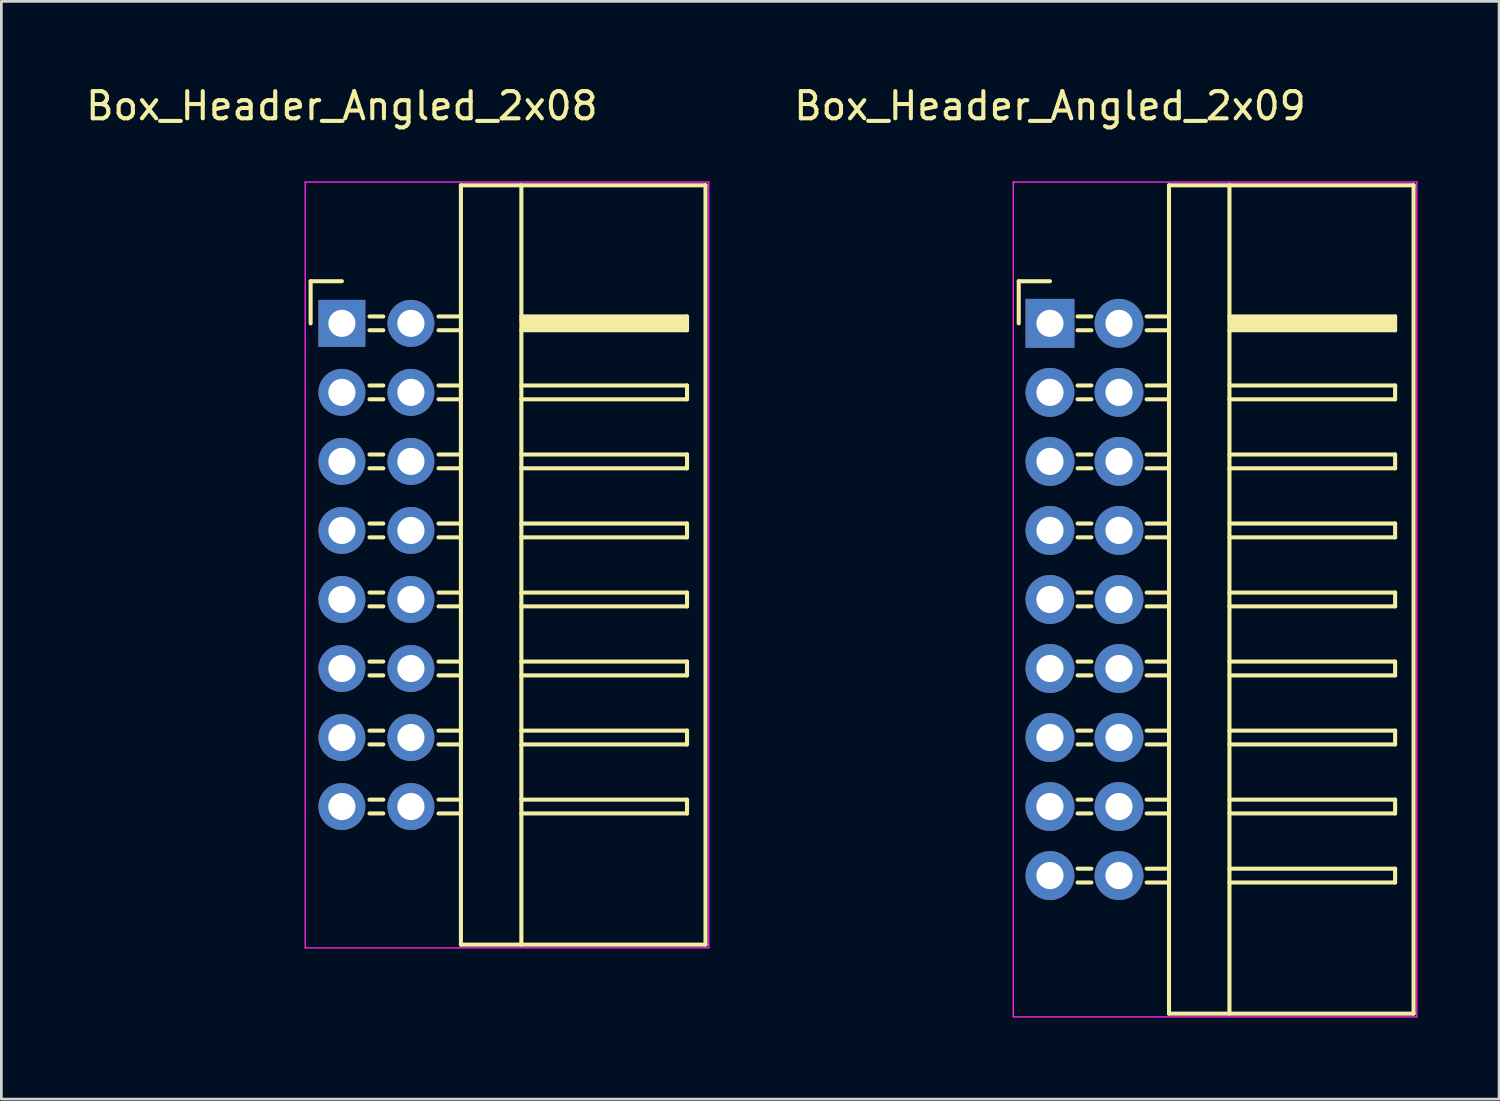
<source format=kicad_pcb>
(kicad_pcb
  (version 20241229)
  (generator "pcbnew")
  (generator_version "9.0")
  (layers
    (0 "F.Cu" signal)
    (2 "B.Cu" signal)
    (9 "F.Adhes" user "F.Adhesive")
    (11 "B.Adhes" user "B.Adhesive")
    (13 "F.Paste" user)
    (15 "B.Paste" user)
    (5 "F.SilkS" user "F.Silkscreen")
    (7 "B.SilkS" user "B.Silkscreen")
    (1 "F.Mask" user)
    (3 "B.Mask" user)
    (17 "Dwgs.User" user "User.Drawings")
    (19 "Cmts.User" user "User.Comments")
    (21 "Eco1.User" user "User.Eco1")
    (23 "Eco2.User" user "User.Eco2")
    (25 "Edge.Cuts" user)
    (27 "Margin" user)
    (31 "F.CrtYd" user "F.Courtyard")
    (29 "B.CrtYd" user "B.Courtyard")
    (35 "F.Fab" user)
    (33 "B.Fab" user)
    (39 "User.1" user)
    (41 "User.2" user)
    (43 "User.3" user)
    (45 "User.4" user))
  (footprint "Box_Header_Angled_2x08"
    (layer "F.Cu")
    (at 9.53 8.848)
    (property "Reference" "Box_Header_Angled_2x08" (at 0 -8 0) (layer "F.SilkS") (effects (font (size 1 1) (thickness 0.15))))
    (attr through_hole)
    (fp_line (start -1.15 -1.55) (end -1.15 0) (stroke (width 0.15) (type solid)) (layer "F.SilkS"))
    (fp_line (start 0 -1.55) (end -1.15 -1.55) (stroke (width 0.15) (type solid)) (layer "F.SilkS"))
    (fp_line (start 1.524 -0.254) (end 1.016 -0.254) (stroke (width 0.15) (type solid)) (layer "F.SilkS"))
    (fp_line (start 1.524 0.254) (end 1.016 0.254) (stroke (width 0.15) (type solid)) (layer "F.SilkS"))
    (fp_line (start 1.524 2.286) (end 1.016 2.286) (stroke (width 0.15) (type solid)) (layer "F.SilkS"))
    (fp_line (start 1.524 2.794) (end 1.016 2.794) (stroke (width 0.15) (type solid)) (layer "F.SilkS"))
    (fp_line (start 1.524 4.826) (end 1.016 4.826) (stroke (width 0.15) (type solid)) (layer "F.SilkS"))
    (fp_line (start 1.524 5.334) (end 1.016 5.334) (stroke (width 0.15) (type solid)) (layer "F.SilkS"))
    (fp_line (start 1.524 7.366) (end 1.016 7.366) (stroke (width 0.15) (type solid)) (layer "F.SilkS"))
    (fp_line (start 1.524 7.874) (end 1.016 7.874) (stroke (width 0.15) (type solid)) (layer "F.SilkS"))
    (fp_line (start 1.524 9.906) (end 1.016 9.906) (stroke (width 0.15) (type solid)) (layer "F.SilkS"))
    (fp_line (start 1.524 10.414) (end 1.016 10.414) (stroke (width 0.15) (type solid)) (layer "F.SilkS"))
    (fp_line (start 1.524 12.446) (end 1.016 12.446) (stroke (width 0.15) (type solid)) (layer "F.SilkS"))
    (fp_line (start 1.524 12.954) (end 1.016 12.954) (stroke (width 0.15) (type solid)) (layer "F.SilkS"))
    (fp_line (start 1.524 14.986) (end 1.016 14.986) (stroke (width 0.15) (type solid)) (layer "F.SilkS"))
    (fp_line (start 1.524 15.494) (end 1.016 15.494) (stroke (width 0.15) (type solid)) (layer "F.SilkS"))
    (fp_line (start 1.524 17.526) (end 1.016 17.526) (stroke (width 0.15) (type solid)) (layer "F.SilkS"))
    (fp_line (start 1.524 18.034) (end 1.016 18.034) (stroke (width 0.15) (type solid)) (layer "F.SilkS"))
    (fp_line (start 4.38 -5.08) (end 4.38 22.86) (stroke (width 0.15) (type solid)) (layer "F.SilkS"))
    (fp_line (start 4.38 -5.08) (end 13.38 -5.08) (stroke (width 0.15) (type solid)) (layer "F.SilkS"))
    (fp_line (start 4.38 -0.254) (end 3.556 -0.254) (stroke (width 0.15) (type solid)) (layer "F.SilkS"))
    (fp_line (start 4.38 0.254) (end 3.556 0.254) (stroke (width 0.15) (type solid)) (layer "F.SilkS"))
    (fp_line (start 4.38 2.286) (end 3.556 2.286) (stroke (width 0.15) (type solid)) (layer "F.SilkS"))
    (fp_line (start 4.38 2.794) (end 3.556 2.794) (stroke (width 0.15) (type solid)) (layer "F.SilkS"))
    (fp_line (start 4.38 4.826) (end 3.556 4.826) (stroke (width 0.15) (type solid)) (layer "F.SilkS"))
    (fp_line (start 4.38 5.334) (end 3.556 5.334) (stroke (width 0.15) (type solid)) (layer "F.SilkS"))
    (fp_line (start 4.38 7.366) (end 3.556 7.366) (stroke (width 0.15) (type solid)) (layer "F.SilkS"))
    (fp_line (start 4.38 7.874) (end 3.556 7.874) (stroke (width 0.15) (type solid)) (layer "F.SilkS"))
    (fp_line (start 4.38 9.906) (end 3.556 9.906) (stroke (width 0.15) (type solid)) (layer "F.SilkS"))
    (fp_line (start 4.38 10.414) (end 3.556 10.414) (stroke (width 0.15) (type solid)) (layer "F.SilkS"))
    (fp_line (start 4.38 12.446) (end 3.556 12.446) (stroke (width 0.15) (type solid)) (layer "F.SilkS"))
    (fp_line (start 4.38 12.954) (end 3.556 12.954) (stroke (width 0.15) (type solid)) (layer "F.SilkS"))
    (fp_line (start 4.38 14.986) (end 3.556 14.986) (stroke (width 0.15) (type solid)) (layer "F.SilkS"))
    (fp_line (start 4.38 15.494) (end 3.556 15.494) (stroke (width 0.15) (type solid)) (layer "F.SilkS"))
    (fp_line (start 4.38 17.526) (end 3.556 17.526) (stroke (width 0.15) (type solid)) (layer "F.SilkS"))
    (fp_line (start 4.38 18.034) (end 3.556 18.034) (stroke (width 0.15) (type solid)) (layer "F.SilkS"))
    (fp_line (start 4.38 22.86) (end 13.38 22.86) (stroke (width 0.15) (type solid)) (layer "F.SilkS"))
    (fp_line (start 6.604 -5.08) (end 6.604 22.86) (stroke (width 0.15) (type solid)) (layer "F.SilkS"))
    (fp_line (start 6.604 -0.254) (end 12.7 -0.254) (stroke (width 0.15) (type solid)) (layer "F.SilkS"))
    (fp_line (start 6.604 -0.127) (end 12.573 -0.127) (stroke (width 0.15) (type solid)) (layer "F.SilkS"))
    (fp_line (start 6.604 2.286) (end 12.7 2.286) (stroke (width 0.15) (type solid)) (layer "F.SilkS"))
    (fp_line (start 6.604 4.826) (end 12.7 4.826) (stroke (width 0.15) (type solid)) (layer "F.SilkS"))
    (fp_line (start 6.604 7.366) (end 12.7 7.366) (stroke (width 0.15) (type solid)) (layer "F.SilkS"))
    (fp_line (start 6.604 9.906) (end 12.7 9.906) (stroke (width 0.15) (type solid)) (layer "F.SilkS"))
    (fp_line (start 6.604 12.446) (end 12.7 12.446) (stroke (width 0.15) (type solid)) (layer "F.SilkS"))
    (fp_line (start 6.604 14.986) (end 12.7 14.986) (stroke (width 0.15) (type solid)) (layer "F.SilkS"))
    (fp_line (start 6.604 17.526) (end 12.7 17.526) (stroke (width 0.15) (type solid)) (layer "F.SilkS"))
    (fp_line (start 6.731 0) (end 12.573 0) (stroke (width 0.15) (type solid)) (layer "F.SilkS"))
    (fp_line (start 6.731 0.127) (end 6.731 0) (stroke (width 0.15) (type solid)) (layer "F.SilkS"))
    (fp_line (start 12.573 -0.127) (end 12.573 0.127) (stroke (width 0.15) (type solid)) (layer "F.SilkS"))
    (fp_line (start 12.573 0.127) (end 6.731 0.127) (stroke (width 0.15) (type solid)) (layer "F.SilkS"))
    (fp_line (start 12.7 -0.254) (end 12.7 0.254) (stroke (width 0.15) (type solid)) (layer "F.SilkS"))
    (fp_line (start 12.7 0.254) (end 6.604 0.254) (stroke (width 0.15) (type solid)) (layer "F.SilkS"))
    (fp_line (start 12.7 2.286) (end 12.7 2.794) (stroke (width 0.15) (type solid)) (layer "F.SilkS"))
    (fp_line (start 12.7 2.794) (end 6.604 2.794) (stroke (width 0.15) (type solid)) (layer "F.SilkS"))
    (fp_line (start 12.7 4.826) (end 12.7 5.334) (stroke (width 0.15) (type solid)) (layer "F.SilkS"))
    (fp_line (start 12.7 5.334) (end 6.604 5.334) (stroke (width 0.15) (type solid)) (layer "F.SilkS"))
    (fp_line (start 12.7 7.366) (end 12.7 7.874) (stroke (width 0.15) (type solid)) (layer "F.SilkS"))
    (fp_line (start 12.7 7.874) (end 6.604 7.874) (stroke (width 0.15) (type solid)) (layer "F.SilkS"))
    (fp_line (start 12.7 9.906) (end 12.7 10.414) (stroke (width 0.15) (type solid)) (layer "F.SilkS"))
    (fp_line (start 12.7 10.414) (end 6.604 10.414) (stroke (width 0.15) (type solid)) (layer "F.SilkS"))
    (fp_line (start 12.7 12.446) (end 12.7 12.954) (stroke (width 0.15) (type solid)) (layer "F.SilkS"))
    (fp_line (start 12.7 12.954) (end 6.604 12.954) (stroke (width 0.15) (type solid)) (layer "F.SilkS"))
    (fp_line (start 12.7 14.986) (end 12.7 15.494) (stroke (width 0.15) (type solid)) (layer "F.SilkS"))
    (fp_line (start 12.7 15.494) (end 6.604 15.494) (stroke (width 0.15) (type solid)) (layer "F.SilkS"))
    (fp_line (start 12.7 17.526) (end 12.7 18.034) (stroke (width 0.15) (type solid)) (layer "F.SilkS"))
    (fp_line (start 12.7 18.034) (end 6.604 18.034) (stroke (width 0.15) (type solid)) (layer "F.SilkS"))
    (fp_line (start 13.38 -5.08) (end 13.38 22.86) (stroke (width 0.15) (type solid)) (layer "F.SilkS"))
    (fp_line (start -1.35 -5.2) (end -1.35 22.98) (stroke (width 0.05) (type solid)) (layer "F.CrtYd"))
    (fp_line (start -1.35 -5.2) (end 13.5 -5.2) (stroke (width 0.05) (type solid)) (layer "F.CrtYd"))
    (fp_line (start -1.35 22.98) (end 13.5 22.98) (stroke (width 0.05) (type solid)) (layer "F.CrtYd"))
    (fp_line (start 13.5 -5.2) (end 13.5 22.98) (stroke (width 0.05) (type solid)) (layer "F.CrtYd"))
    (pad "1" thru_hole rect (at 0 0) (size 1.727 1.727) (drill 1) (layers "*.Cu" "*.Mask"))
    (pad "2" thru_hole oval (at 2.54 0) (size 1.727 1.727) (drill 1) (layers "*.Cu" "*.Mask"))
    (pad "3" thru_hole oval (at 0 2.54) (size 1.727 1.727) (drill 1) (layers "*.Cu" "*.Mask"))
    (pad "4" thru_hole oval (at 2.54 2.54) (size 1.727 1.727) (drill 1) (layers "*.Cu" "*.Mask"))
    (pad "5" thru_hole oval (at 0 5.08) (size 1.727 1.727) (drill 1) (layers "*.Cu" "*.Mask"))
    (pad "6" thru_hole oval (at 2.54 5.08) (size 1.727 1.727) (drill 1) (layers "*.Cu" "*.Mask"))
    (pad "7" thru_hole oval (at 0 7.62) (size 1.727 1.727) (drill 1) (layers "*.Cu" "*.Mask"))
    (pad "8" thru_hole oval (at 2.54 7.62) (size 1.727 1.727) (drill 1) (layers "*.Cu" "*.Mask"))
    (pad "9" thru_hole oval (at 0 10.16) (size 1.727 1.727) (drill 1) (layers "*.Cu" "*.Mask"))
    (pad "10" thru_hole oval (at 2.54 10.16) (size 1.727 1.727) (drill 1) (layers "*.Cu" "*.Mask"))
    (pad "11" thru_hole oval (at 0 12.7) (size 1.727 1.727) (drill 1) (layers "*.Cu" "*.Mask"))
    (pad "12" thru_hole oval (at 2.54 12.7) (size 1.727 1.727) (drill 1) (layers "*.Cu" "*.Mask"))
    (pad "13" thru_hole oval (at 0 15.24) (size 1.727 1.727) (drill 1) (layers "*.Cu" "*.Mask"))
    (pad "14" thru_hole oval (at 2.54 15.24) (size 1.727 1.727) (drill 1) (layers "*.Cu" "*.Mask"))
    (pad "15" thru_hole oval (at 0 17.78) (size 1.727 1.727) (drill 1) (layers "*.Cu" "*.Mask"))
    (pad "16" thru_hole oval (at 2.54 17.78) (size 1.727 1.727) (drill 1) (layers "*.Cu" "*.Mask")))
  (footprint "Box_Header_Angled_2x09"
    (layer "F.Cu")
    (at 35.585 8.848)
    (property "Reference" "Box_Header_Angled_2x09" (at 0 -8 0) (layer "F.SilkS") (effects (font (size 1 1) (thickness 0.15))))
    (attr through_hole)
    (fp_line (start -1.15 -1.55) (end -1.15 0) (stroke (width 0.15) (type solid)) (layer "F.SilkS"))
    (fp_line (start 0 -1.55) (end -1.15 -1.55) (stroke (width 0.15) (type solid)) (layer "F.SilkS"))
    (fp_line (start 1.524 -0.254) (end 1.016 -0.254) (stroke (width 0.15) (type solid)) (layer "F.SilkS"))
    (fp_line (start 1.524 0.254) (end 1.016 0.254) (stroke (width 0.15) (type solid)) (layer "F.SilkS"))
    (fp_line (start 1.524 2.286) (end 1.016 2.286) (stroke (width 0.15) (type solid)) (layer "F.SilkS"))
    (fp_line (start 1.524 2.794) (end 1.016 2.794) (stroke (width 0.15) (type solid)) (layer "F.SilkS"))
    (fp_line (start 1.524 4.826) (end 1.016 4.826) (stroke (width 0.15) (type solid)) (layer "F.SilkS"))
    (fp_line (start 1.524 5.334) (end 1.016 5.334) (stroke (width 0.15) (type solid)) (layer "F.SilkS"))
    (fp_line (start 1.524 7.366) (end 1.016 7.366) (stroke (width 0.15) (type solid)) (layer "F.SilkS"))
    (fp_line (start 1.524 7.874) (end 1.016 7.874) (stroke (width 0.15) (type solid)) (layer "F.SilkS"))
    (fp_line (start 1.524 9.906) (end 1.016 9.906) (stroke (width 0.15) (type solid)) (layer "F.SilkS"))
    (fp_line (start 1.524 10.414) (end 1.016 10.414) (stroke (width 0.15) (type solid)) (layer "F.SilkS"))
    (fp_line (start 1.524 12.446) (end 1.016 12.446) (stroke (width 0.15) (type solid)) (layer "F.SilkS"))
    (fp_line (start 1.524 12.954) (end 1.016 12.954) (stroke (width 0.15) (type solid)) (layer "F.SilkS"))
    (fp_line (start 1.524 14.986) (end 1.016 14.986) (stroke (width 0.15) (type solid)) (layer "F.SilkS"))
    (fp_line (start 1.524 15.494) (end 1.016 15.494) (stroke (width 0.15) (type solid)) (layer "F.SilkS"))
    (fp_line (start 1.524 17.526) (end 1.016 17.526) (stroke (width 0.15) (type solid)) (layer "F.SilkS"))
    (fp_line (start 1.524 18.034) (end 1.016 18.034) (stroke (width 0.15) (type solid)) (layer "F.SilkS"))
    (fp_line (start 1.524 20.066) (end 1.016 20.066) (stroke (width 0.15) (type solid)) (layer "F.SilkS"))
    (fp_line (start 1.524 20.574) (end 1.016 20.574) (stroke (width 0.15) (type solid)) (layer "F.SilkS"))
    (fp_line (start 4.38 -5.08) (end 4.38 25.4) (stroke (width 0.15) (type solid)) (layer "F.SilkS"))
    (fp_line (start 4.38 -5.08) (end 13.38 -5.08) (stroke (width 0.15) (type solid)) (layer "F.SilkS"))
    (fp_line (start 4.38 -0.254) (end 3.556 -0.254) (stroke (width 0.15) (type solid)) (layer "F.SilkS"))
    (fp_line (start 4.38 0.254) (end 3.556 0.254) (stroke (width 0.15) (type solid)) (layer "F.SilkS"))
    (fp_line (start 4.38 2.286) (end 3.556 2.286) (stroke (width 0.15) (type solid)) (layer "F.SilkS"))
    (fp_line (start 4.38 2.794) (end 3.556 2.794) (stroke (width 0.15) (type solid)) (layer "F.SilkS"))
    (fp_line (start 4.38 4.826) (end 3.556 4.826) (stroke (width 0.15) (type solid)) (layer "F.SilkS"))
    (fp_line (start 4.38 5.334) (end 3.556 5.334) (stroke (width 0.15) (type solid)) (layer "F.SilkS"))
    (fp_line (start 4.38 7.366) (end 3.556 7.366) (stroke (width 0.15) (type solid)) (layer "F.SilkS"))
    (fp_line (start 4.38 7.874) (end 3.556 7.874) (stroke (width 0.15) (type solid)) (layer "F.SilkS"))
    (fp_line (start 4.38 9.906) (end 3.556 9.906) (stroke (width 0.15) (type solid)) (layer "F.SilkS"))
    (fp_line (start 4.38 10.414) (end 3.556 10.414) (stroke (width 0.15) (type solid)) (layer "F.SilkS"))
    (fp_line (start 4.38 12.446) (end 3.556 12.446) (stroke (width 0.15) (type solid)) (layer "F.SilkS"))
    (fp_line (start 4.38 12.954) (end 3.556 12.954) (stroke (width 0.15) (type solid)) (layer "F.SilkS"))
    (fp_line (start 4.38 14.986) (end 3.556 14.986) (stroke (width 0.15) (type solid)) (layer "F.SilkS"))
    (fp_line (start 4.38 15.494) (end 3.556 15.494) (stroke (width 0.15) (type solid)) (layer "F.SilkS"))
    (fp_line (start 4.38 17.526) (end 3.556 17.526) (stroke (width 0.15) (type solid)) (layer "F.SilkS"))
    (fp_line (start 4.38 18.034) (end 3.556 18.034) (stroke (width 0.15) (type solid)) (layer "F.SilkS"))
    (fp_line (start 4.38 20.066) (end 3.556 20.066) (stroke (width 0.15) (type solid)) (layer "F.SilkS"))
    (fp_line (start 4.38 20.574) (end 3.556 20.574) (stroke (width 0.15) (type solid)) (layer "F.SilkS"))
    (fp_line (start 4.38 25.4) (end 13.38 25.4) (stroke (width 0.15) (type solid)) (layer "F.SilkS"))
    (fp_line (start 6.604 -5.08) (end 6.604 25.4) (stroke (width 0.15) (type solid)) (layer "F.SilkS"))
    (fp_line (start 6.604 -0.254) (end 12.7 -0.254) (stroke (width 0.15) (type solid)) (layer "F.SilkS"))
    (fp_line (start 6.604 -0.127) (end 12.573 -0.127) (stroke (width 0.15) (type solid)) (layer "F.SilkS"))
    (fp_line (start 6.604 2.286) (end 12.7 2.286) (stroke (width 0.15) (type solid)) (layer "F.SilkS"))
    (fp_line (start 6.604 4.826) (end 12.7 4.826) (stroke (width 0.15) (type solid)) (layer "F.SilkS"))
    (fp_line (start 6.604 7.366) (end 12.7 7.366) (stroke (width 0.15) (type solid)) (layer "F.SilkS"))
    (fp_line (start 6.604 9.906) (end 12.7 9.906) (stroke (width 0.15) (type solid)) (layer "F.SilkS"))
    (fp_line (start 6.604 12.446) (end 12.7 12.446) (stroke (width 0.15) (type solid)) (layer "F.SilkS"))
    (fp_line (start 6.604 14.986) (end 12.7 14.986) (stroke (width 0.15) (type solid)) (layer "F.SilkS"))
    (fp_line (start 6.604 17.526) (end 12.7 17.526) (stroke (width 0.15) (type solid)) (layer "F.SilkS"))
    (fp_line (start 6.604 20.066) (end 12.7 20.066) (stroke (width 0.15) (type solid)) (layer "F.SilkS"))
    (fp_line (start 6.731 0) (end 12.573 0) (stroke (width 0.15) (type solid)) (layer "F.SilkS"))
    (fp_line (start 6.731 0.127) (end 6.731 0) (stroke (width 0.15) (type solid)) (layer "F.SilkS"))
    (fp_line (start 12.573 -0.127) (end 12.573 0.127) (stroke (width 0.15) (type solid)) (layer "F.SilkS"))
    (fp_line (start 12.573 0.127) (end 6.731 0.127) (stroke (width 0.15) (type solid)) (layer "F.SilkS"))
    (fp_line (start 12.7 -0.254) (end 12.7 0.254) (stroke (width 0.15) (type solid)) (layer "F.SilkS"))
    (fp_line (start 12.7 0.254) (end 6.604 0.254) (stroke (width 0.15) (type solid)) (layer "F.SilkS"))
    (fp_line (start 12.7 2.286) (end 12.7 2.794) (stroke (width 0.15) (type solid)) (layer "F.SilkS"))
    (fp_line (start 12.7 2.794) (end 6.604 2.794) (stroke (width 0.15) (type solid)) (layer "F.SilkS"))
    (fp_line (start 12.7 4.826) (end 12.7 5.334) (stroke (width 0.15) (type solid)) (layer "F.SilkS"))
    (fp_line (start 12.7 5.334) (end 6.604 5.334) (stroke (width 0.15) (type solid)) (layer "F.SilkS"))
    (fp_line (start 12.7 7.366) (end 12.7 7.874) (stroke (width 0.15) (type solid)) (layer "F.SilkS"))
    (fp_line (start 12.7 7.874) (end 6.604 7.874) (stroke (width 0.15) (type solid)) (layer "F.SilkS"))
    (fp_line (start 12.7 9.906) (end 12.7 10.414) (stroke (width 0.15) (type solid)) (layer "F.SilkS"))
    (fp_line (start 12.7 10.414) (end 6.604 10.414) (stroke (width 0.15) (type solid)) (layer "F.SilkS"))
    (fp_line (start 12.7 12.446) (end 12.7 12.954) (stroke (width 0.15) (type solid)) (layer "F.SilkS"))
    (fp_line (start 12.7 12.954) (end 6.604 12.954) (stroke (width 0.15) (type solid)) (layer "F.SilkS"))
    (fp_line (start 12.7 14.986) (end 12.7 15.494) (stroke (width 0.15) (type solid)) (layer "F.SilkS"))
    (fp_line (start 12.7 15.494) (end 6.604 15.494) (stroke (width 0.15) (type solid)) (layer "F.SilkS"))
    (fp_line (start 12.7 17.526) (end 12.7 18.034) (stroke (width 0.15) (type solid)) (layer "F.SilkS"))
    (fp_line (start 12.7 18.034) (end 6.604 18.034) (stroke (width 0.15) (type solid)) (layer "F.SilkS"))
    (fp_line (start 12.7 20.066) (end 12.7 20.574) (stroke (width 0.15) (type solid)) (layer "F.SilkS"))
    (fp_line (start 12.7 20.574) (end 6.604 20.574) (stroke (width 0.15) (type solid)) (layer "F.SilkS"))
    (fp_line (start 13.38 -5.08) (end 13.38 25.4) (stroke (width 0.15) (type solid)) (layer "F.SilkS"))
    (fp_line (start -1.35 -5.2) (end -1.35 25.52) (stroke (width 0.05) (type solid)) (layer "F.CrtYd"))
    (fp_line (start -1.35 -5.2) (end 13.5 -5.2) (stroke (width 0.05) (type solid)) (layer "F.CrtYd"))
    (fp_line (start -1.35 25.52) (end 13.5 25.52) (stroke (width 0.05) (type solid)) (layer "F.CrtYd"))
    (fp_line (start 13.5 -5.2) (end 13.5 25.52) (stroke (width 0.05) (type solid)) (layer "F.CrtYd"))
    (pad "1" thru_hole rect (at 0 0) (size 1.8 1.8) (drill 1) (layers "*.Cu" "*.Mask"))
    (pad "2" thru_hole oval (at 2.54 0) (size 1.8 1.8) (drill 1) (layers "*.Cu" "*.Mask"))
    (pad "3" thru_hole oval (at 0 2.54) (size 1.8 1.8) (drill 1) (layers "*.Cu" "*.Mask"))
    (pad "4" thru_hole oval (at 2.54 2.54) (size 1.8 1.8) (drill 1) (layers "*.Cu" "*.Mask"))
    (pad "5" thru_hole oval (at 0 5.08) (size 1.8 1.8) (drill 1) (layers "*.Cu" "*.Mask"))
    (pad "6" thru_hole oval (at 2.54 5.08) (size 1.8 1.8) (drill 1) (layers "*.Cu" "*.Mask"))
    (pad "7" thru_hole oval (at 0 7.62) (size 1.8 1.8) (drill 1) (layers "*.Cu" "*.Mask"))
    (pad "8" thru_hole oval (at 2.54 7.62) (size 1.8 1.8) (drill 1) (layers "*.Cu" "*.Mask"))
    (pad "9" thru_hole oval (at 0 10.16) (size 1.8 1.8) (drill 1) (layers "*.Cu" "*.Mask"))
    (pad "10" thru_hole oval (at 2.54 10.16) (size 1.8 1.8) (drill 1) (layers "*.Cu" "*.Mask"))
    (pad "11" thru_hole oval (at 0 12.7) (size 1.8 1.8) (drill 1) (layers "*.Cu" "*.Mask"))
    (pad "12" thru_hole oval (at 2.54 12.7) (size 1.8 1.8) (drill 1) (layers "*.Cu" "*.Mask"))
    (pad "13" thru_hole oval (at 0 15.24) (size 1.8 1.8) (drill 1) (layers "*.Cu" "*.Mask"))
    (pad "14" thru_hole oval (at 2.54 15.24) (size 1.8 1.8) (drill 1) (layers "*.Cu" "*.Mask"))
    (pad "15" thru_hole oval (at 0 17.78) (size 1.8 1.8) (drill 1) (layers "*.Cu" "*.Mask"))
    (pad "16" thru_hole oval (at 2.54 17.78) (size 1.8 1.8) (drill 1) (layers "*.Cu" "*.Mask"))
    (pad "17" thru_hole oval (at 0 20.32) (size 1.8 1.8) (drill 1) (layers "*.Cu" "*.Mask"))
    (pad "18" thru_hole oval (at 2.54 20.32) (size 1.8 1.8) (drill 1) (layers "*.Cu" "*.Mask")))
  (gr_rect
    (start -3 -3)
    (end 52.11 37.393)
    (stroke (width 0.1) (type default))
    (fill no)
    (layer "Edge.Cuts")))
</source>
